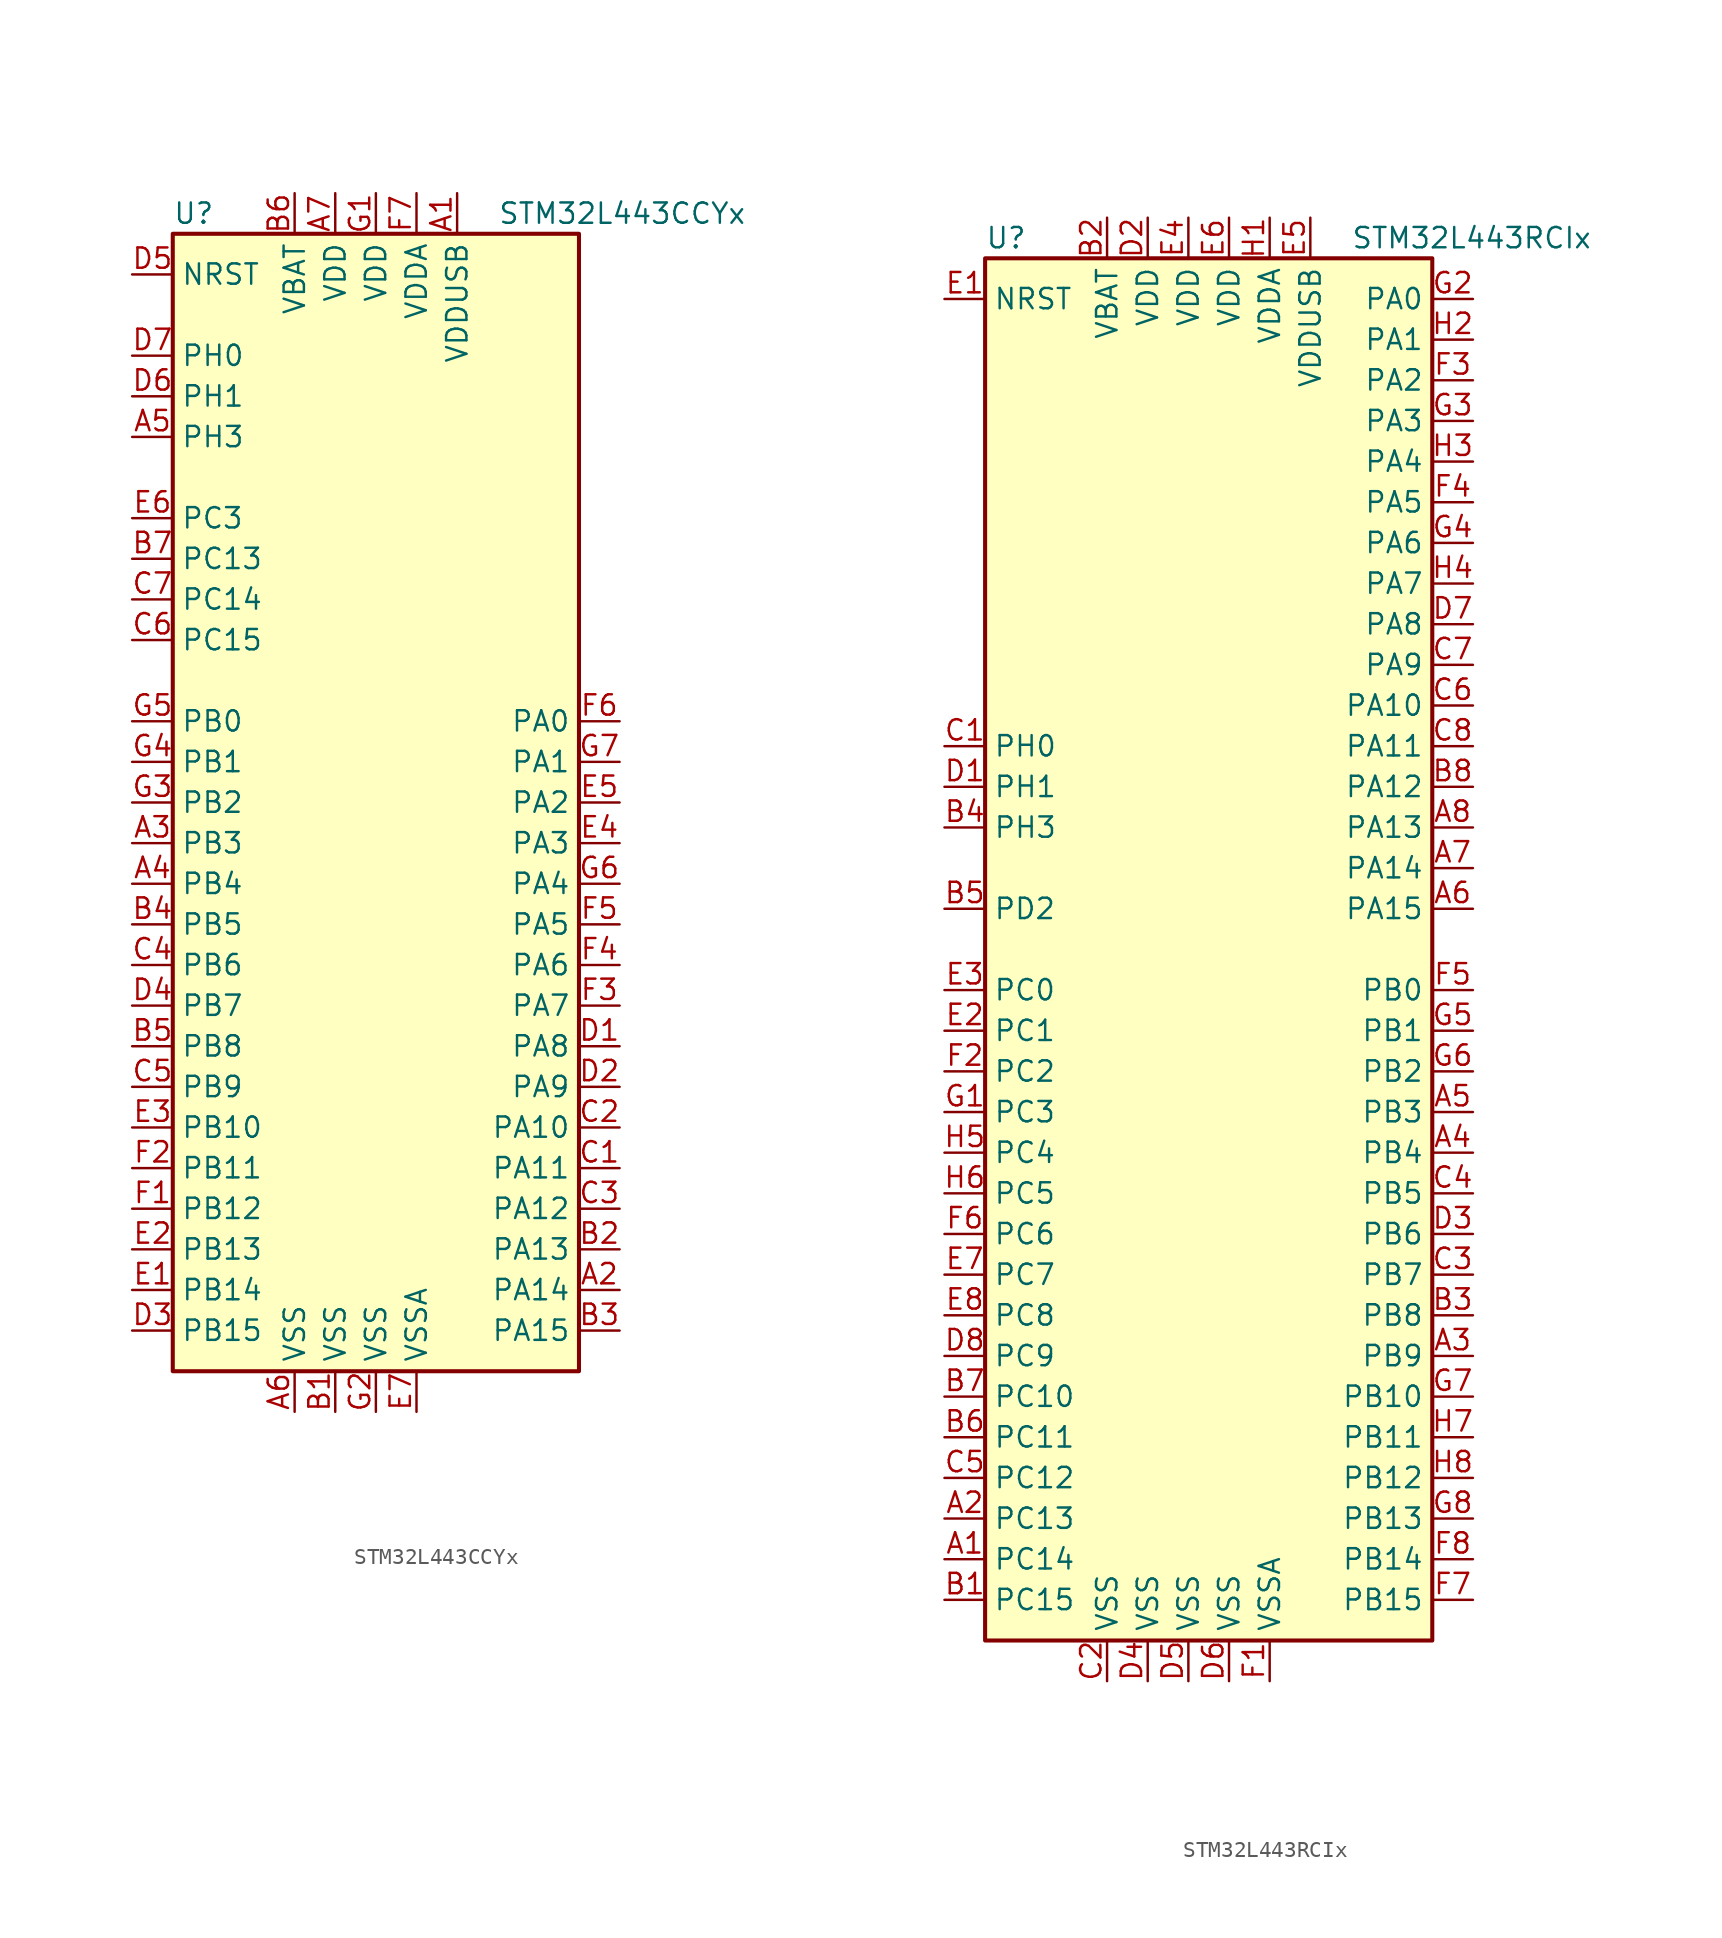
<source format=kicad_sym>
(kicad_symbol_lib
  (version 20211014)
  (generator kicad_symbol_editor)
  (symbol "STM32L443CCYx"
    (property "Reference" "U"
      (at -12.7 36.83 0)
      (effects (font (size 1.27 1.27)) (justify left)))
    (property "Value" "STM32L443CCYx"
      (at 7.62 36.83 0)
      (effects (font (size 1.27 1.27)) (justify left)))
    (symbol "STM32L443CCYx_0_1"
      (rectangle (start -12.7 -35.56) (end 12.7 35.56) (stroke (width 0.254) (type default) (color 0 0 0 0)) (fill (type background))))
    (symbol "STM32L443CCYx_1_1"
      (pin power_in line (at 5.08 38.1 270) (length 2.54) (name "VDDUSB" (effects (font (size 1.27 1.27)))) (number "A1" (effects (font (size 1.27 1.27)))))
      (pin bidirectional line (at 15.24 -30.48 180) (length 2.54) (name "PA14" (effects (font (size 1.27 1.27)))) (number "A2" (effects (font (size 1.27 1.27)))))
      (pin bidirectional line (at -15.24 -2.54 0) (length 2.54) (name "PB3" (effects (font (size 1.27 1.27)))) (number "A3" (effects (font (size 1.27 1.27)))))
      (pin bidirectional line (at -15.24 -5.08 0) (length 2.54) (name "PB4" (effects (font (size 1.27 1.27)))) (number "A4" (effects (font (size 1.27 1.27)))))
      (pin bidirectional line (at -15.24 22.86 0) (length 2.54) (name "PH3" (effects (font (size 1.27 1.27)))) (number "A5" (effects (font (size 1.27 1.27)))))
      (pin power_in line (at -5.08 -38.1 90) (length 2.54) (name "VSS" (effects (font (size 1.27 1.27)))) (number "A6" (effects (font (size 1.27 1.27)))))
      (pin power_in line (at -2.54 38.1 270) (length 2.54) (name "VDD" (effects (font (size 1.27 1.27)))) (number "A7" (effects (font (size 1.27 1.27)))))
      (pin power_in line (at -2.54 -38.1 90) (length 2.54) (name "VSS" (effects (font (size 1.27 1.27)))) (number "B1" (effects (font (size 1.27 1.27)))))
      (pin bidirectional line (at 15.24 -27.94 180) (length 2.54) (name "PA13" (effects (font (size 1.27 1.27)))) (number "B2" (effects (font (size 1.27 1.27)))))
      (pin bidirectional line (at 15.24 -33.02 180) (length 2.54) (name "PA15" (effects (font (size 1.27 1.27)))) (number "B3" (effects (font (size 1.27 1.27)))))
      (pin bidirectional line (at -15.24 -7.62 0) (length 2.54) (name "PB5" (effects (font (size 1.27 1.27)))) (number "B4" (effects (font (size 1.27 1.27)))))
      (pin bidirectional line (at -15.24 -15.24 0) (length 2.54) (name "PB8" (effects (font (size 1.27 1.27)))) (number "B5" (effects (font (size 1.27 1.27)))))
      (pin power_in line (at -5.08 38.1 270) (length 2.54) (name "VBAT" (effects (font (size 1.27 1.27)))) (number "B6" (effects (font (size 1.27 1.27)))))
      (pin bidirectional line (at -15.24 15.24 0) (length 2.54) (name "PC13" (effects (font (size 1.27 1.27)))) (number "B7" (effects (font (size 1.27 1.27)))))
      (pin bidirectional line (at 15.24 -22.86 180) (length 2.54) (name "PA11" (effects (font (size 1.27 1.27)))) (number "C1" (effects (font (size 1.27 1.27)))))
      (pin bidirectional line (at 15.24 -20.32 180) (length 2.54) (name "PA10" (effects (font (size 1.27 1.27)))) (number "C2" (effects (font (size 1.27 1.27)))))
      (pin bidirectional line (at 15.24 -25.4 180) (length 2.54) (name "PA12" (effects (font (size 1.27 1.27)))) (number "C3" (effects (font (size 1.27 1.27)))))
      (pin bidirectional line (at -15.24 -10.16 0) (length 2.54) (name "PB6" (effects (font (size 1.27 1.27)))) (number "C4" (effects (font (size 1.27 1.27)))))
      (pin bidirectional line (at -15.24 -17.78 0) (length 2.54) (name "PB9" (effects (font (size 1.27 1.27)))) (number "C5" (effects (font (size 1.27 1.27)))))
      (pin bidirectional line (at -15.24 10.16 0) (length 2.54) (name "PC15" (effects (font (size 1.27 1.27)))) (number "C6" (effects (font (size 1.27 1.27)))))
      (pin bidirectional line (at -15.24 12.7 0) (length 2.54) (name "PC14" (effects (font (size 1.27 1.27)))) (number "C7" (effects (font (size 1.27 1.27)))))
      (pin bidirectional line (at 15.24 -15.24 180) (length 2.54) (name "PA8" (effects (font (size 1.27 1.27)))) (number "D1" (effects (font (size 1.27 1.27)))))
      (pin bidirectional line (at 15.24 -17.78 180) (length 2.54) (name "PA9" (effects (font (size 1.27 1.27)))) (number "D2" (effects (font (size 1.27 1.27)))))
      (pin bidirectional line (at -15.24 -33.02 0) (length 2.54) (name "PB15" (effects (font (size 1.27 1.27)))) (number "D3" (effects (font (size 1.27 1.27)))))
      (pin bidirectional line (at -15.24 -12.7 0) (length 2.54) (name "PB7" (effects (font (size 1.27 1.27)))) (number "D4" (effects (font (size 1.27 1.27)))))
      (pin input line (at -15.24 33.02 0) (length 2.54) (name "NRST" (effects (font (size 1.27 1.27)))) (number "D5" (effects (font (size 1.27 1.27)))))
      (pin input line (at -15.24 25.4 0) (length 2.54) (name "PH1" (effects (font (size 1.27 1.27)))) (number "D6" (effects (font (size 1.27 1.27)))))
      (pin input line (at -15.24 27.94 0) (length 2.54) (name "PH0" (effects (font (size 1.27 1.27)))) (number "D7" (effects (font (size 1.27 1.27)))))
      (pin bidirectional line (at -15.24 -30.48 0) (length 2.54) (name "PB14" (effects (font (size 1.27 1.27)))) (number "E1" (effects (font (size 1.27 1.27)))))
      (pin bidirectional line (at -15.24 -27.94 0) (length 2.54) (name "PB13" (effects (font (size 1.27 1.27)))) (number "E2" (effects (font (size 1.27 1.27)))))
      (pin bidirectional line (at -15.24 -20.32 0) (length 2.54) (name "PB10" (effects (font (size 1.27 1.27)))) (number "E3" (effects (font (size 1.27 1.27)))))
      (pin bidirectional line (at 15.24 -2.54 180) (length 2.54) (name "PA3" (effects (font (size 1.27 1.27)))) (number "E4" (effects (font (size 1.27 1.27)))))
      (pin bidirectional line (at 15.24 0 180) (length 2.54) (name "PA2" (effects (font (size 1.27 1.27)))) (number "E5" (effects (font (size 1.27 1.27)))))
      (pin bidirectional line (at -15.24 17.78 0) (length 2.54) (name "PC3" (effects (font (size 1.27 1.27)))) (number "E6" (effects (font (size 1.27 1.27)))))
      (pin power_in line (at 2.54 -38.1 90) (length 2.54) (name "VSSA" (effects (font (size 1.27 1.27)))) (number "E7" (effects (font (size 1.27 1.27)))))
      (pin bidirectional line (at -15.24 -25.4 0) (length 2.54) (name "PB12" (effects (font (size 1.27 1.27)))) (number "F1" (effects (font (size 1.27 1.27)))))
      (pin bidirectional line (at -15.24 -22.86 0) (length 2.54) (name "PB11" (effects (font (size 1.27 1.27)))) (number "F2" (effects (font (size 1.27 1.27)))))
      (pin bidirectional line (at 15.24 -12.7 180) (length 2.54) (name "PA7" (effects (font (size 1.27 1.27)))) (number "F3" (effects (font (size 1.27 1.27)))))
      (pin bidirectional line (at 15.24 -10.16 180) (length 2.54) (name "PA6" (effects (font (size 1.27 1.27)))) (number "F4" (effects (font (size 1.27 1.27)))))
      (pin bidirectional line (at 15.24 -7.62 180) (length 2.54) (name "PA5" (effects (font (size 1.27 1.27)))) (number "F5" (effects (font (size 1.27 1.27)))))
      (pin bidirectional line (at 15.24 5.08 180) (length 2.54) (name "PA0" (effects (font (size 1.27 1.27)))) (number "F6" (effects (font (size 1.27 1.27)))))
      (pin power_in line (at 2.54 38.1 270) (length 2.54) (name "VDDA" (effects (font (size 1.27 1.27)))) (number "F7" (effects (font (size 1.27 1.27)))))
      (pin power_in line (at 0 38.1 270) (length 2.54) (name "VDD" (effects (font (size 1.27 1.27)))) (number "G1" (effects (font (size 1.27 1.27)))))
      (pin power_in line (at 0 -38.1 90) (length 2.54) (name "VSS" (effects (font (size 1.27 1.27)))) (number "G2" (effects (font (size 1.27 1.27)))))
      (pin bidirectional line (at -15.24 0 0) (length 2.54) (name "PB2" (effects (font (size 1.27 1.27)))) (number "G3" (effects (font (size 1.27 1.27)))))
      (pin bidirectional line (at -15.24 2.54 0) (length 2.54) (name "PB1" (effects (font (size 1.27 1.27)))) (number "G4" (effects (font (size 1.27 1.27)))))
      (pin bidirectional line (at -15.24 5.08 0) (length 2.54) (name "PB0" (effects (font (size 1.27 1.27)))) (number "G5" (effects (font (size 1.27 1.27)))))
      (pin bidirectional line (at 15.24 -5.08 180) (length 2.54) (name "PA4" (effects (font (size 1.27 1.27)))) (number "G6" (effects (font (size 1.27 1.27)))))
      (pin bidirectional line (at 15.24 2.54 180) (length 2.54) (name "PA1" (effects (font (size 1.27 1.27)))) (number "G7" (effects (font (size 1.27 1.27)))))))
  (symbol "STM32L443RCIx"
    (property "Reference" "U"
      (at -15.24 44.45 0)
      (effects (font (size 1.27 1.27)) (justify left)))
    (property "Value" "STM32L443RCIx"
      (at 7.62 44.45 0)
      (effects (font (size 1.27 1.27)) (justify left)))
    (symbol "STM32L443RCIx_0_1"
      (rectangle (start -15.24 -43.18) (end 12.7 43.18) (stroke (width 0.254) (type default) (color 0 0 0 0)) (fill (type background))))
    (symbol "STM32L443RCIx_1_1"
      (pin bidirectional line (at -17.78 -38.1 0) (length 2.54) (name "PC14" (effects (font (size 1.27 1.27)))) (number "A1" (effects (font (size 1.27 1.27)))))
      (pin bidirectional line (at -17.78 -35.56 0) (length 2.54) (name "PC13" (effects (font (size 1.27 1.27)))) (number "A2" (effects (font (size 1.27 1.27)))))
      (pin bidirectional line (at 15.24 -25.4 180) (length 2.54) (name "PB9" (effects (font (size 1.27 1.27)))) (number "A3" (effects (font (size 1.27 1.27)))))
      (pin bidirectional line (at 15.24 -12.7 180) (length 2.54) (name "PB4" (effects (font (size 1.27 1.27)))) (number "A4" (effects (font (size 1.27 1.27)))))
      (pin bidirectional line (at 15.24 -10.16 180) (length 2.54) (name "PB3" (effects (font (size 1.27 1.27)))) (number "A5" (effects (font (size 1.27 1.27)))))
      (pin bidirectional line (at 15.24 2.54 180) (length 2.54) (name "PA15" (effects (font (size 1.27 1.27)))) (number "A6" (effects (font (size 1.27 1.27)))))
      (pin bidirectional line (at 15.24 5.08 180) (length 2.54) (name "PA14" (effects (font (size 1.27 1.27)))) (number "A7" (effects (font (size 1.27 1.27)))))
      (pin bidirectional line (at 15.24 7.62 180) (length 2.54) (name "PA13" (effects (font (size 1.27 1.27)))) (number "A8" (effects (font (size 1.27 1.27)))))
      (pin bidirectional line (at -17.78 -40.64 0) (length 2.54) (name "PC15" (effects (font (size 1.27 1.27)))) (number "B1" (effects (font (size 1.27 1.27)))))
      (pin power_in line (at -7.62 45.72 270) (length 2.54) (name "VBAT" (effects (font (size 1.27 1.27)))) (number "B2" (effects (font (size 1.27 1.27)))))
      (pin bidirectional line (at 15.24 -22.86 180) (length 2.54) (name "PB8" (effects (font (size 1.27 1.27)))) (number "B3" (effects (font (size 1.27 1.27)))))
      (pin bidirectional line (at -17.78 7.62 0) (length 2.54) (name "PH3" (effects (font (size 1.27 1.27)))) (number "B4" (effects (font (size 1.27 1.27)))))
      (pin bidirectional line (at -17.78 2.54 0) (length 2.54) (name "PD2" (effects (font (size 1.27 1.27)))) (number "B5" (effects (font (size 1.27 1.27)))))
      (pin bidirectional line (at -17.78 -30.48 0) (length 2.54) (name "PC11" (effects (font (size 1.27 1.27)))) (number "B6" (effects (font (size 1.27 1.27)))))
      (pin bidirectional line (at -17.78 -27.94 0) (length 2.54) (name "PC10" (effects (font (size 1.27 1.27)))) (number "B7" (effects (font (size 1.27 1.27)))))
      (pin bidirectional line (at 15.24 10.16 180) (length 2.54) (name "PA12" (effects (font (size 1.27 1.27)))) (number "B8" (effects (font (size 1.27 1.27)))))
      (pin input line (at -17.78 12.7 0) (length 2.54) (name "PH0" (effects (font (size 1.27 1.27)))) (number "C1" (effects (font (size 1.27 1.27)))))
      (pin power_in line (at -7.62 -45.72 90) (length 2.54) (name "VSS" (effects (font (size 1.27 1.27)))) (number "C2" (effects (font (size 1.27 1.27)))))
      (pin bidirectional line (at 15.24 -20.32 180) (length 2.54) (name "PB7" (effects (font (size 1.27 1.27)))) (number "C3" (effects (font (size 1.27 1.27)))))
      (pin bidirectional line (at 15.24 -15.24 180) (length 2.54) (name "PB5" (effects (font (size 1.27 1.27)))) (number "C4" (effects (font (size 1.27 1.27)))))
      (pin bidirectional line (at -17.78 -33.02 0) (length 2.54) (name "PC12" (effects (font (size 1.27 1.27)))) (number "C5" (effects (font (size 1.27 1.27)))))
      (pin bidirectional line (at 15.24 15.24 180) (length 2.54) (name "PA10" (effects (font (size 1.27 1.27)))) (number "C6" (effects (font (size 1.27 1.27)))))
      (pin bidirectional line (at 15.24 17.78 180) (length 2.54) (name "PA9" (effects (font (size 1.27 1.27)))) (number "C7" (effects (font (size 1.27 1.27)))))
      (pin bidirectional line (at 15.24 12.7 180) (length 2.54) (name "PA11" (effects (font (size 1.27 1.27)))) (number "C8" (effects (font (size 1.27 1.27)))))
      (pin input line (at -17.78 10.16 0) (length 2.54) (name "PH1" (effects (font (size 1.27 1.27)))) (number "D1" (effects (font (size 1.27 1.27)))))
      (pin power_in line (at -5.08 45.72 270) (length 2.54) (name "VDD" (effects (font (size 1.27 1.27)))) (number "D2" (effects (font (size 1.27 1.27)))))
      (pin bidirectional line (at 15.24 -17.78 180) (length 2.54) (name "PB6" (effects (font (size 1.27 1.27)))) (number "D3" (effects (font (size 1.27 1.27)))))
      (pin power_in line (at -5.08 -45.72 90) (length 2.54) (name "VSS" (effects (font (size 1.27 1.27)))) (number "D4" (effects (font (size 1.27 1.27)))))
      (pin power_in line (at -2.54 -45.72 90) (length 2.54) (name "VSS" (effects (font (size 1.27 1.27)))) (number "D5" (effects (font (size 1.27 1.27)))))
      (pin power_in line (at 0 -45.72 90) (length 2.54) (name "VSS" (effects (font (size 1.27 1.27)))) (number "D6" (effects (font (size 1.27 1.27)))))
      (pin bidirectional line (at 15.24 20.32 180) (length 2.54) (name "PA8" (effects (font (size 1.27 1.27)))) (number "D7" (effects (font (size 1.27 1.27)))))
      (pin bidirectional line (at -17.78 -25.4 0) (length 2.54) (name "PC9" (effects (font (size 1.27 1.27)))) (number "D8" (effects (font (size 1.27 1.27)))))
      (pin input line (at -17.78 40.64 0) (length 2.54) (name "NRST" (effects (font (size 1.27 1.27)))) (number "E1" (effects (font (size 1.27 1.27)))))
      (pin bidirectional line (at -17.78 -5.08 0) (length 2.54) (name "PC1" (effects (font (size 1.27 1.27)))) (number "E2" (effects (font (size 1.27 1.27)))))
      (pin bidirectional line (at -17.78 -2.54 0) (length 2.54) (name "PC0" (effects (font (size 1.27 1.27)))) (number "E3" (effects (font (size 1.27 1.27)))))
      (pin power_in line (at -2.54 45.72 270) (length 2.54) (name "VDD" (effects (font (size 1.27 1.27)))) (number "E4" (effects (font (size 1.27 1.27)))))
      (pin power_in line (at 5.08 45.72 270) (length 2.54) (name "VDDUSB" (effects (font (size 1.27 1.27)))) (number "E5" (effects (font (size 1.27 1.27)))))
      (pin power_in line (at 0 45.72 270) (length 2.54) (name "VDD" (effects (font (size 1.27 1.27)))) (number "E6" (effects (font (size 1.27 1.27)))))
      (pin bidirectional line (at -17.78 -20.32 0) (length 2.54) (name "PC7" (effects (font (size 1.27 1.27)))) (number "E7" (effects (font (size 1.27 1.27)))))
      (pin bidirectional line (at -17.78 -22.86 0) (length 2.54) (name "PC8" (effects (font (size 1.27 1.27)))) (number "E8" (effects (font (size 1.27 1.27)))))
      (pin power_in line (at 2.54 -45.72 90) (length 2.54) (name "VSSA" (effects (font (size 1.27 1.27)))) (number "F1" (effects (font (size 1.27 1.27)))))
      (pin bidirectional line (at -17.78 -7.62 0) (length 2.54) (name "PC2" (effects (font (size 1.27 1.27)))) (number "F2" (effects (font (size 1.27 1.27)))))
      (pin bidirectional line (at 15.24 35.56 180) (length 2.54) (name "PA2" (effects (font (size 1.27 1.27)))) (number "F3" (effects (font (size 1.27 1.27)))))
      (pin bidirectional line (at 15.24 27.94 180) (length 2.54) (name "PA5" (effects (font (size 1.27 1.27)))) (number "F4" (effects (font (size 1.27 1.27)))))
      (pin bidirectional line (at 15.24 -2.54 180) (length 2.54) (name "PB0" (effects (font (size 1.27 1.27)))) (number "F5" (effects (font (size 1.27 1.27)))))
      (pin bidirectional line (at -17.78 -17.78 0) (length 2.54) (name "PC6" (effects (font (size 1.27 1.27)))) (number "F6" (effects (font (size 1.27 1.27)))))
      (pin bidirectional line (at 15.24 -40.64 180) (length 2.54) (name "PB15" (effects (font (size 1.27 1.27)))) (number "F7" (effects (font (size 1.27 1.27)))))
      (pin bidirectional line (at 15.24 -38.1 180) (length 2.54) (name "PB14" (effects (font (size 1.27 1.27)))) (number "F8" (effects (font (size 1.27 1.27)))))
      (pin bidirectional line (at -17.78 -10.16 0) (length 2.54) (name "PC3" (effects (font (size 1.27 1.27)))) (number "G1" (effects (font (size 1.27 1.27)))))
      (pin bidirectional line (at 15.24 40.64 180) (length 2.54) (name "PA0" (effects (font (size 1.27 1.27)))) (number "G2" (effects (font (size 1.27 1.27)))))
      (pin bidirectional line (at 15.24 33.02 180) (length 2.54) (name "PA3" (effects (font (size 1.27 1.27)))) (number "G3" (effects (font (size 1.27 1.27)))))
      (pin bidirectional line (at 15.24 25.4 180) (length 2.54) (name "PA6" (effects (font (size 1.27 1.27)))) (number "G4" (effects (font (size 1.27 1.27)))))
      (pin bidirectional line (at 15.24 -5.08 180) (length 2.54) (name "PB1" (effects (font (size 1.27 1.27)))) (number "G5" (effects (font (size 1.27 1.27)))))
      (pin bidirectional line (at 15.24 -7.62 180) (length 2.54) (name "PB2" (effects (font (size 1.27 1.27)))) (number "G6" (effects (font (size 1.27 1.27)))))
      (pin bidirectional line (at 15.24 -27.94 180) (length 2.54) (name "PB10" (effects (font (size 1.27 1.27)))) (number "G7" (effects (font (size 1.27 1.27)))))
      (pin bidirectional line (at 15.24 -35.56 180) (length 2.54) (name "PB13" (effects (font (size 1.27 1.27)))) (number "G8" (effects (font (size 1.27 1.27)))))
      (pin power_in line (at 2.54 45.72 270) (length 2.54) (name "VDDA" (effects (font (size 1.27 1.27)))) (number "H1" (effects (font (size 1.27 1.27)))))
      (pin bidirectional line (at 15.24 38.1 180) (length 2.54) (name "PA1" (effects (font (size 1.27 1.27)))) (number "H2" (effects (font (size 1.27 1.27)))))
      (pin bidirectional line (at 15.24 30.48 180) (length 2.54) (name "PA4" (effects (font (size 1.27 1.27)))) (number "H3" (effects (font (size 1.27 1.27)))))
      (pin bidirectional line (at 15.24 22.86 180) (length 2.54) (name "PA7" (effects (font (size 1.27 1.27)))) (number "H4" (effects (font (size 1.27 1.27)))))
      (pin bidirectional line (at -17.78 -12.7 0) (length 2.54) (name "PC4" (effects (font (size 1.27 1.27)))) (number "H5" (effects (font (size 1.27 1.27)))))
      (pin bidirectional line (at -17.78 -15.24 0) (length 2.54) (name "PC5" (effects (font (size 1.27 1.27)))) (number "H6" (effects (font (size 1.27 1.27)))))
      (pin bidirectional line (at 15.24 -30.48 180) (length 2.54) (name "PB11" (effects (font (size 1.27 1.27)))) (number "H7" (effects (font (size 1.27 1.27)))))
      (pin bidirectional line (at 15.24 -33.02 180) (length 2.54) (name "PB12" (effects (font (size 1.27 1.27)))) (number "H8" (effects (font (size 1.27 1.27))))))))
</source>
